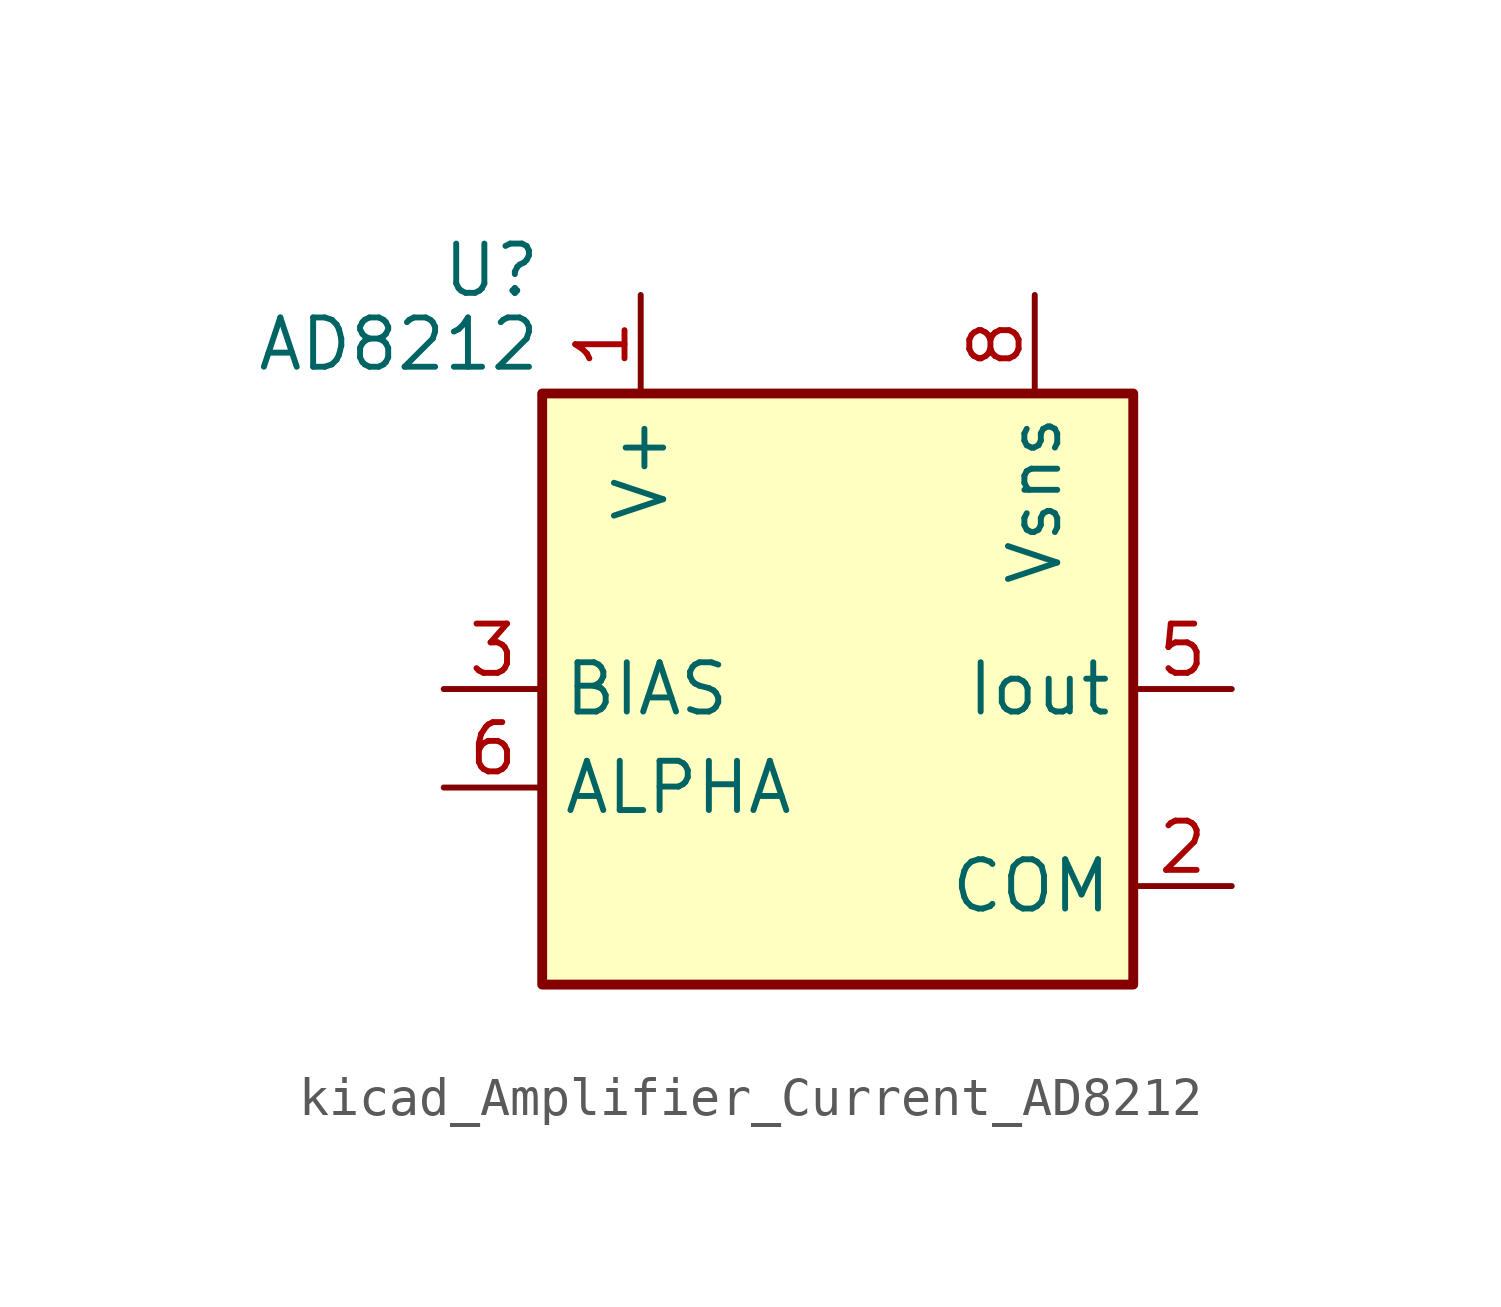
<source format=kicad_sym>
(kicad_symbol_lib
  (version 20220914)
  (generator kicad_symbol_editor)
  (symbol "kicad_Amplifier_Current_AD8212"
    (property "Reference" "U"
      (at -7.62 10.795 0)
      (effects (font (size 1.27 1.27)) (justify right)))
    (property "Value" "AD8212"
      (at -7.62 8.89 0)
      (effects (font (size 1.27 1.27)) (justify right)))
    (symbol "kicad_Amplifier_Current_AD8212_0_1"
      (rectangle (start -7.62 7.62) (end 7.62 -7.62) (stroke (width 0.254) (type default)) (fill (type background))))
    (symbol "kicad_Amplifier_Current_AD8212_1_1"
      (pin power_in line (at -5.08 10.16 270) (length 2.54) (name "V+" (effects (font (size 1.27 1.27)))) (number "1" (effects (font (size 1.27 1.27)))))
      (pin input line (at 10.16 -5.08 180) (length 2.54) (name "COM" (effects (font (size 1.27 1.27)))) (number "2" (effects (font (size 1.27 1.27)))))
      (pin input line (at -10.16 0 0) (length 2.54) (name "BIAS" (effects (font (size 1.27 1.27)))) (number "3" (effects (font (size 1.27 1.27)))))
      (pin no_connect line (at -2.54 -7.62 90) (length 2.54) hide (name "NC" (effects (font (size 1.27 1.27)))) (number "4" (effects (font (size 1.27 1.27)))))
      (pin output line (at 10.16 0 180) (length 2.54) (name "Iout" (effects (font (size 1.27 1.27)))) (number "5" (effects (font (size 1.27 1.27)))))
      (pin output line (at -10.16 -2.54 0) (length 2.54) (name "ALPHA" (effects (font (size 1.27 1.27)))) (number "6" (effects (font (size 1.27 1.27)))))
      (pin no_connect line (at 0 -7.62 90) (length 2.54) hide (name "NC" (effects (font (size 1.27 1.27)))) (number "7" (effects (font (size 1.27 1.27)))))
      (pin input line (at 5.08 10.16 270) (length 2.54) (name "Vsns" (effects (font (size 1.27 1.27)))) (number "8" (effects (font (size 1.27 1.27))))))))
</source>
